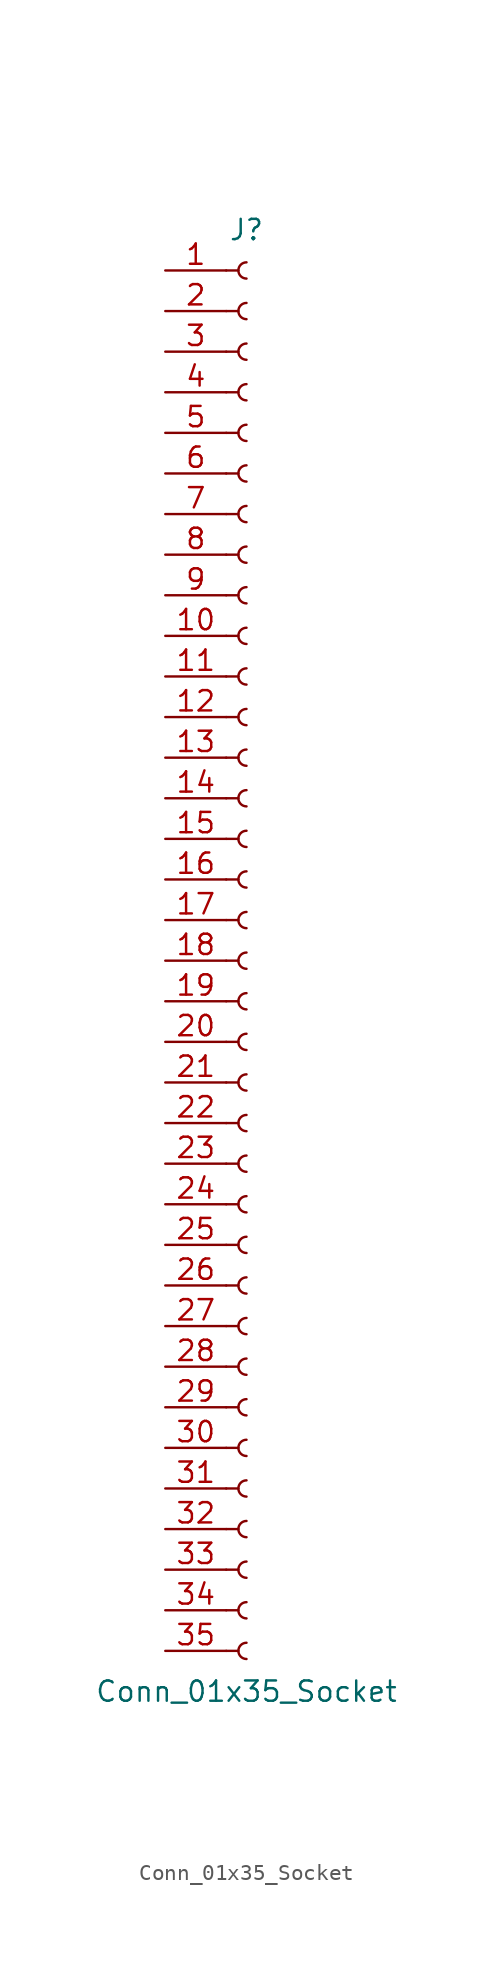
<source format=kicad_sym>
(kicad_symbol_lib
  (version 20220914)
  (generator kicad_symbol_editor)
  (symbol "Conn_01x35_Socket"
    (pin_names
      (offset 1.016) hide)
    (property "Reference" "J"
      (at 0 45.72 0)
      (effects (font (size 1.27 1.27))))
    (property "Value" "Conn_01x35_Socket"
      (at 0 -45.72 0)
      (effects (font (size 1.27 1.27))))
    (property "ki_locked" ""
      (at 0 0 0)
      (effects (font (size 1.27 1.27))))
    (symbol "Conn_01x35_Socket_1_1"
      (arc (start 0 -42.672) (mid -0.5058 -43.18) (end 0 -43.688) (stroke (width 0.1524) (type default)) (fill (type none)))
      (arc (start 0 -40.132) (mid -0.5058 -40.64) (end 0 -41.148) (stroke (width 0.1524) (type default)) (fill (type none)))
      (arc (start 0 -37.592) (mid -0.5058 -38.1) (end 0 -38.608) (stroke (width 0.1524) (type default)) (fill (type none)))
      (arc (start 0 -35.052) (mid -0.5058 -35.56) (end 0 -36.068) (stroke (width 0.1524) (type default)) (fill (type none)))
      (arc (start 0 -32.512) (mid -0.5058 -33.02) (end 0 -33.528) (stroke (width 0.1524) (type default)) (fill (type none)))
      (arc (start 0 -29.972) (mid -0.5058 -30.48) (end 0 -30.988) (stroke (width 0.1524) (type default)) (fill (type none)))
      (arc (start 0 -27.432) (mid -0.5058 -27.94) (end 0 -28.448) (stroke (width 0.1524) (type default)) (fill (type none)))
      (arc (start 0 -24.892) (mid -0.5058 -25.4) (end 0 -25.908) (stroke (width 0.1524) (type default)) (fill (type none)))
      (arc (start 0 -22.352) (mid -0.5058 -22.86) (end 0 -23.368) (stroke (width 0.1524) (type default)) (fill (type none)))
      (arc (start 0 -19.812) (mid -0.5058 -20.32) (end 0 -20.828) (stroke (width 0.1524) (type default)) (fill (type none)))
      (arc (start 0 -17.272) (mid -0.5058 -17.78) (end 0 -18.288) (stroke (width 0.1524) (type default)) (fill (type none)))
      (arc (start 0 -14.732) (mid -0.5058 -15.24) (end 0 -15.748) (stroke (width 0.1524) (type default)) (fill (type none)))
      (arc (start 0 -12.192) (mid -0.5058 -12.7) (end 0 -13.208) (stroke (width 0.1524) (type default)) (fill (type none)))
      (arc (start 0 -9.652) (mid -0.5058 -10.16) (end 0 -10.668) (stroke (width 0.1524) (type default)) (fill (type none)))
      (arc (start 0 -7.112) (mid -0.5058 -7.62) (end 0 -8.128) (stroke (width 0.1524) (type default)) (fill (type none)))
      (arc (start 0 -4.572) (mid -0.5058 -5.08) (end 0 -5.588) (stroke (width 0.1524) (type default)) (fill (type none)))
      (arc (start 0 -2.032) (mid -0.5058 -2.54) (end 0 -3.048) (stroke (width 0.1524) (type default)) (fill (type none)))
      (polyline (pts (xy -1.27 -43.18) (xy -0.508 -43.18)) (stroke (width 0.152) (type default)) (fill (type none)))
      (polyline (pts (xy -1.27 -40.64) (xy -0.508 -40.64)) (stroke (width 0.152) (type default)) (fill (type none)))
      (polyline (pts (xy -1.27 -38.1) (xy -0.508 -38.1)) (stroke (width 0.152) (type default)) (fill (type none)))
      (polyline (pts (xy -1.27 -35.56) (xy -0.508 -35.56)) (stroke (width 0.152) (type default)) (fill (type none)))
      (polyline (pts (xy -1.27 -33.02) (xy -0.508 -33.02)) (stroke (width 0.152) (type default)) (fill (type none)))
      (polyline (pts (xy -1.27 -30.48) (xy -0.508 -30.48)) (stroke (width 0.152) (type default)) (fill (type none)))
      (polyline (pts (xy -1.27 -27.94) (xy -0.508 -27.94)) (stroke (width 0.152) (type default)) (fill (type none)))
      (polyline (pts (xy -1.27 -25.4) (xy -0.508 -25.4)) (stroke (width 0.152) (type default)) (fill (type none)))
      (polyline (pts (xy -1.27 -22.86) (xy -0.508 -22.86)) (stroke (width 0.152) (type default)) (fill (type none)))
      (polyline (pts (xy -1.27 -20.32) (xy -0.508 -20.32)) (stroke (width 0.152) (type default)) (fill (type none)))
      (polyline (pts (xy -1.27 -17.78) (xy -0.508 -17.78)) (stroke (width 0.152) (type default)) (fill (type none)))
      (polyline (pts (xy -1.27 -15.24) (xy -0.508 -15.24)) (stroke (width 0.152) (type default)) (fill (type none)))
      (polyline (pts (xy -1.27 -12.7) (xy -0.508 -12.7)) (stroke (width 0.152) (type default)) (fill (type none)))
      (polyline (pts (xy -1.27 -10.16) (xy -0.508 -10.16)) (stroke (width 0.152) (type default)) (fill (type none)))
      (polyline (pts (xy -1.27 -7.62) (xy -0.508 -7.62)) (stroke (width 0.152) (type default)) (fill (type none)))
      (polyline (pts (xy -1.27 -5.08) (xy -0.508 -5.08)) (stroke (width 0.152) (type default)) (fill (type none)))
      (polyline (pts (xy -1.27 -2.54) (xy -0.508 -2.54)) (stroke (width 0.152) (type default)) (fill (type none)))
      (polyline (pts (xy -1.27 0) (xy -0.508 0)) (stroke (width 0.152) (type default)) (fill (type none)))
      (polyline (pts (xy -1.27 2.54) (xy -0.508 2.54)) (stroke (width 0.152) (type default)) (fill (type none)))
      (polyline (pts (xy -1.27 5.08) (xy -0.508 5.08)) (stroke (width 0.152) (type default)) (fill (type none)))
      (polyline (pts (xy -1.27 7.62) (xy -0.508 7.62)) (stroke (width 0.152) (type default)) (fill (type none)))
      (polyline (pts (xy -1.27 10.16) (xy -0.508 10.16)) (stroke (width 0.152) (type default)) (fill (type none)))
      (polyline (pts (xy -1.27 12.7) (xy -0.508 12.7)) (stroke (width 0.152) (type default)) (fill (type none)))
      (polyline (pts (xy -1.27 15.24) (xy -0.508 15.24)) (stroke (width 0.152) (type default)) (fill (type none)))
      (polyline (pts (xy -1.27 17.78) (xy -0.508 17.78)) (stroke (width 0.152) (type default)) (fill (type none)))
      (polyline (pts (xy -1.27 20.32) (xy -0.508 20.32)) (stroke (width 0.152) (type default)) (fill (type none)))
      (polyline (pts (xy -1.27 22.86) (xy -0.508 22.86)) (stroke (width 0.152) (type default)) (fill (type none)))
      (polyline (pts (xy -1.27 25.4) (xy -0.508 25.4)) (stroke (width 0.152) (type default)) (fill (type none)))
      (polyline (pts (xy -1.27 27.94) (xy -0.508 27.94)) (stroke (width 0.152) (type default)) (fill (type none)))
      (polyline (pts (xy -1.27 30.48) (xy -0.508 30.48)) (stroke (width 0.152) (type default)) (fill (type none)))
      (polyline (pts (xy -1.27 33.02) (xy -0.508 33.02)) (stroke (width 0.152) (type default)) (fill (type none)))
      (polyline (pts (xy -1.27 35.56) (xy -0.508 35.56)) (stroke (width 0.152) (type default)) (fill (type none)))
      (polyline (pts (xy -1.27 38.1) (xy -0.508 38.1)) (stroke (width 0.152) (type default)) (fill (type none)))
      (polyline (pts (xy -1.27 40.64) (xy -0.508 40.64)) (stroke (width 0.152) (type default)) (fill (type none)))
      (polyline (pts (xy -1.27 43.18) (xy -0.508 43.18)) (stroke (width 0.152) (type default)) (fill (type none)))
      (arc (start 0 0.508) (mid -0.5058 0) (end 0 -0.508) (stroke (width 0.1524) (type default)) (fill (type none)))
      (arc (start 0 3.048) (mid -0.5058 2.54) (end 0 2.032) (stroke (width 0.1524) (type default)) (fill (type none)))
      (arc (start 0 5.588) (mid -0.5058 5.08) (end 0 4.572) (stroke (width 0.1524) (type default)) (fill (type none)))
      (arc (start 0 8.128) (mid -0.5058 7.62) (end 0 7.112) (stroke (width 0.1524) (type default)) (fill (type none)))
      (arc (start 0 10.668) (mid -0.5058 10.16) (end 0 9.652) (stroke (width 0.1524) (type default)) (fill (type none)))
      (arc (start 0 13.208) (mid -0.5058 12.7) (end 0 12.192) (stroke (width 0.1524) (type default)) (fill (type none)))
      (arc (start 0 15.748) (mid -0.5058 15.24) (end 0 14.732) (stroke (width 0.1524) (type default)) (fill (type none)))
      (arc (start 0 18.288) (mid -0.5058 17.78) (end 0 17.272) (stroke (width 0.1524) (type default)) (fill (type none)))
      (arc (start 0 20.828) (mid -0.5058 20.32) (end 0 19.812) (stroke (width 0.1524) (type default)) (fill (type none)))
      (arc (start 0 23.368) (mid -0.5058 22.86) (end 0 22.352) (stroke (width 0.1524) (type default)) (fill (type none)))
      (arc (start 0 25.908) (mid -0.5058 25.4) (end 0 24.892) (stroke (width 0.1524) (type default)) (fill (type none)))
      (arc (start 0 28.448) (mid -0.5058 27.94) (end 0 27.432) (stroke (width 0.1524) (type default)) (fill (type none)))
      (arc (start 0 30.988) (mid -0.5058 30.48) (end 0 29.972) (stroke (width 0.1524) (type default)) (fill (type none)))
      (arc (start 0 33.528) (mid -0.5058 33.02) (end 0 32.512) (stroke (width 0.1524) (type default)) (fill (type none)))
      (arc (start 0 36.068) (mid -0.5058 35.56) (end 0 35.052) (stroke (width 0.1524) (type default)) (fill (type none)))
      (arc (start 0 38.608) (mid -0.5058 38.1) (end 0 37.592) (stroke (width 0.1524) (type default)) (fill (type none)))
      (arc (start 0 41.148) (mid -0.5058 40.64) (end 0 40.132) (stroke (width 0.1524) (type default)) (fill (type none)))
      (arc (start 0 43.688) (mid -0.5058 43.18) (end 0 42.672) (stroke (width 0.1524) (type default)) (fill (type none)))
      (pin passive line (at -5.08 43.18 0) (length 3.81) (name "Pin_1" (effects (font (size 1.27 1.27)))) (number "1" (effects (font (size 1.27 1.27)))))
      (pin passive line (at -5.08 20.32 0) (length 3.81) (name "Pin_10" (effects (font (size 1.27 1.27)))) (number "10" (effects (font (size 1.27 1.27)))))
      (pin passive line (at -5.08 17.78 0) (length 3.81) (name "Pin_11" (effects (font (size 1.27 1.27)))) (number "11" (effects (font (size 1.27 1.27)))))
      (pin passive line (at -5.08 15.24 0) (length 3.81) (name "Pin_12" (effects (font (size 1.27 1.27)))) (number "12" (effects (font (size 1.27 1.27)))))
      (pin passive line (at -5.08 12.7 0) (length 3.81) (name "Pin_13" (effects (font (size 1.27 1.27)))) (number "13" (effects (font (size 1.27 1.27)))))
      (pin passive line (at -5.08 10.16 0) (length 3.81) (name "Pin_14" (effects (font (size 1.27 1.27)))) (number "14" (effects (font (size 1.27 1.27)))))
      (pin passive line (at -5.08 7.62 0) (length 3.81) (name "Pin_15" (effects (font (size 1.27 1.27)))) (number "15" (effects (font (size 1.27 1.27)))))
      (pin passive line (at -5.08 5.08 0) (length 3.81) (name "Pin_16" (effects (font (size 1.27 1.27)))) (number "16" (effects (font (size 1.27 1.27)))))
      (pin passive line (at -5.08 2.54 0) (length 3.81) (name "Pin_17" (effects (font (size 1.27 1.27)))) (number "17" (effects (font (size 1.27 1.27)))))
      (pin passive line (at -5.08 0 0) (length 3.81) (name "Pin_18" (effects (font (size 1.27 1.27)))) (number "18" (effects (font (size 1.27 1.27)))))
      (pin passive line (at -5.08 -2.54 0) (length 3.81) (name "Pin_19" (effects (font (size 1.27 1.27)))) (number "19" (effects (font (size 1.27 1.27)))))
      (pin passive line (at -5.08 40.64 0) (length 3.81) (name "Pin_2" (effects (font (size 1.27 1.27)))) (number "2" (effects (font (size 1.27 1.27)))))
      (pin passive line (at -5.08 -5.08 0) (length 3.81) (name "Pin_20" (effects (font (size 1.27 1.27)))) (number "20" (effects (font (size 1.27 1.27)))))
      (pin passive line (at -5.08 -7.62 0) (length 3.81) (name "Pin_21" (effects (font (size 1.27 1.27)))) (number "21" (effects (font (size 1.27 1.27)))))
      (pin passive line (at -5.08 -10.16 0) (length 3.81) (name "Pin_22" (effects (font (size 1.27 1.27)))) (number "22" (effects (font (size 1.27 1.27)))))
      (pin passive line (at -5.08 -12.7 0) (length 3.81) (name "Pin_23" (effects (font (size 1.27 1.27)))) (number "23" (effects (font (size 1.27 1.27)))))
      (pin passive line (at -5.08 -15.24 0) (length 3.81) (name "Pin_24" (effects (font (size 1.27 1.27)))) (number "24" (effects (font (size 1.27 1.27)))))
      (pin passive line (at -5.08 -17.78 0) (length 3.81) (name "Pin_25" (effects (font (size 1.27 1.27)))) (number "25" (effects (font (size 1.27 1.27)))))
      (pin passive line (at -5.08 -20.32 0) (length 3.81) (name "Pin_26" (effects (font (size 1.27 1.27)))) (number "26" (effects (font (size 1.27 1.27)))))
      (pin passive line (at -5.08 -22.86 0) (length 3.81) (name "Pin_27" (effects (font (size 1.27 1.27)))) (number "27" (effects (font (size 1.27 1.27)))))
      (pin passive line (at -5.08 -25.4 0) (length 3.81) (name "Pin_28" (effects (font (size 1.27 1.27)))) (number "28" (effects (font (size 1.27 1.27)))))
      (pin passive line (at -5.08 -27.94 0) (length 3.81) (name "Pin_29" (effects (font (size 1.27 1.27)))) (number "29" (effects (font (size 1.27 1.27)))))
      (pin passive line (at -5.08 38.1 0) (length 3.81) (name "Pin_3" (effects (font (size 1.27 1.27)))) (number "3" (effects (font (size 1.27 1.27)))))
      (pin passive line (at -5.08 -30.48 0) (length 3.81) (name "Pin_30" (effects (font (size 1.27 1.27)))) (number "30" (effects (font (size 1.27 1.27)))))
      (pin passive line (at -5.08 -33.02 0) (length 3.81) (name "Pin_31" (effects (font (size 1.27 1.27)))) (number "31" (effects (font (size 1.27 1.27)))))
      (pin passive line (at -5.08 -35.56 0) (length 3.81) (name "Pin_32" (effects (font (size 1.27 1.27)))) (number "32" (effects (font (size 1.27 1.27)))))
      (pin passive line (at -5.08 -38.1 0) (length 3.81) (name "Pin_33" (effects (font (size 1.27 1.27)))) (number "33" (effects (font (size 1.27 1.27)))))
      (pin passive line (at -5.08 -40.64 0) (length 3.81) (name "Pin_34" (effects (font (size 1.27 1.27)))) (number "34" (effects (font (size 1.27 1.27)))))
      (pin passive line (at -5.08 -43.18 0) (length 3.81) (name "Pin_35" (effects (font (size 1.27 1.27)))) (number "35" (effects (font (size 1.27 1.27)))))
      (pin passive line (at -5.08 35.56 0) (length 3.81) (name "Pin_4" (effects (font (size 1.27 1.27)))) (number "4" (effects (font (size 1.27 1.27)))))
      (pin passive line (at -5.08 33.02 0) (length 3.81) (name "Pin_5" (effects (font (size 1.27 1.27)))) (number "5" (effects (font (size 1.27 1.27)))))
      (pin passive line (at -5.08 30.48 0) (length 3.81) (name "Pin_6" (effects (font (size 1.27 1.27)))) (number "6" (effects (font (size 1.27 1.27)))))
      (pin passive line (at -5.08 27.94 0) (length 3.81) (name "Pin_7" (effects (font (size 1.27 1.27)))) (number "7" (effects (font (size 1.27 1.27)))))
      (pin passive line (at -5.08 25.4 0) (length 3.81) (name "Pin_8" (effects (font (size 1.27 1.27)))) (number "8" (effects (font (size 1.27 1.27)))))
      (pin passive line (at -5.08 22.86 0) (length 3.81) (name "Pin_9" (effects (font (size 1.27 1.27)))) (number "9" (effects (font (size 1.27 1.27))))))))
</source>
